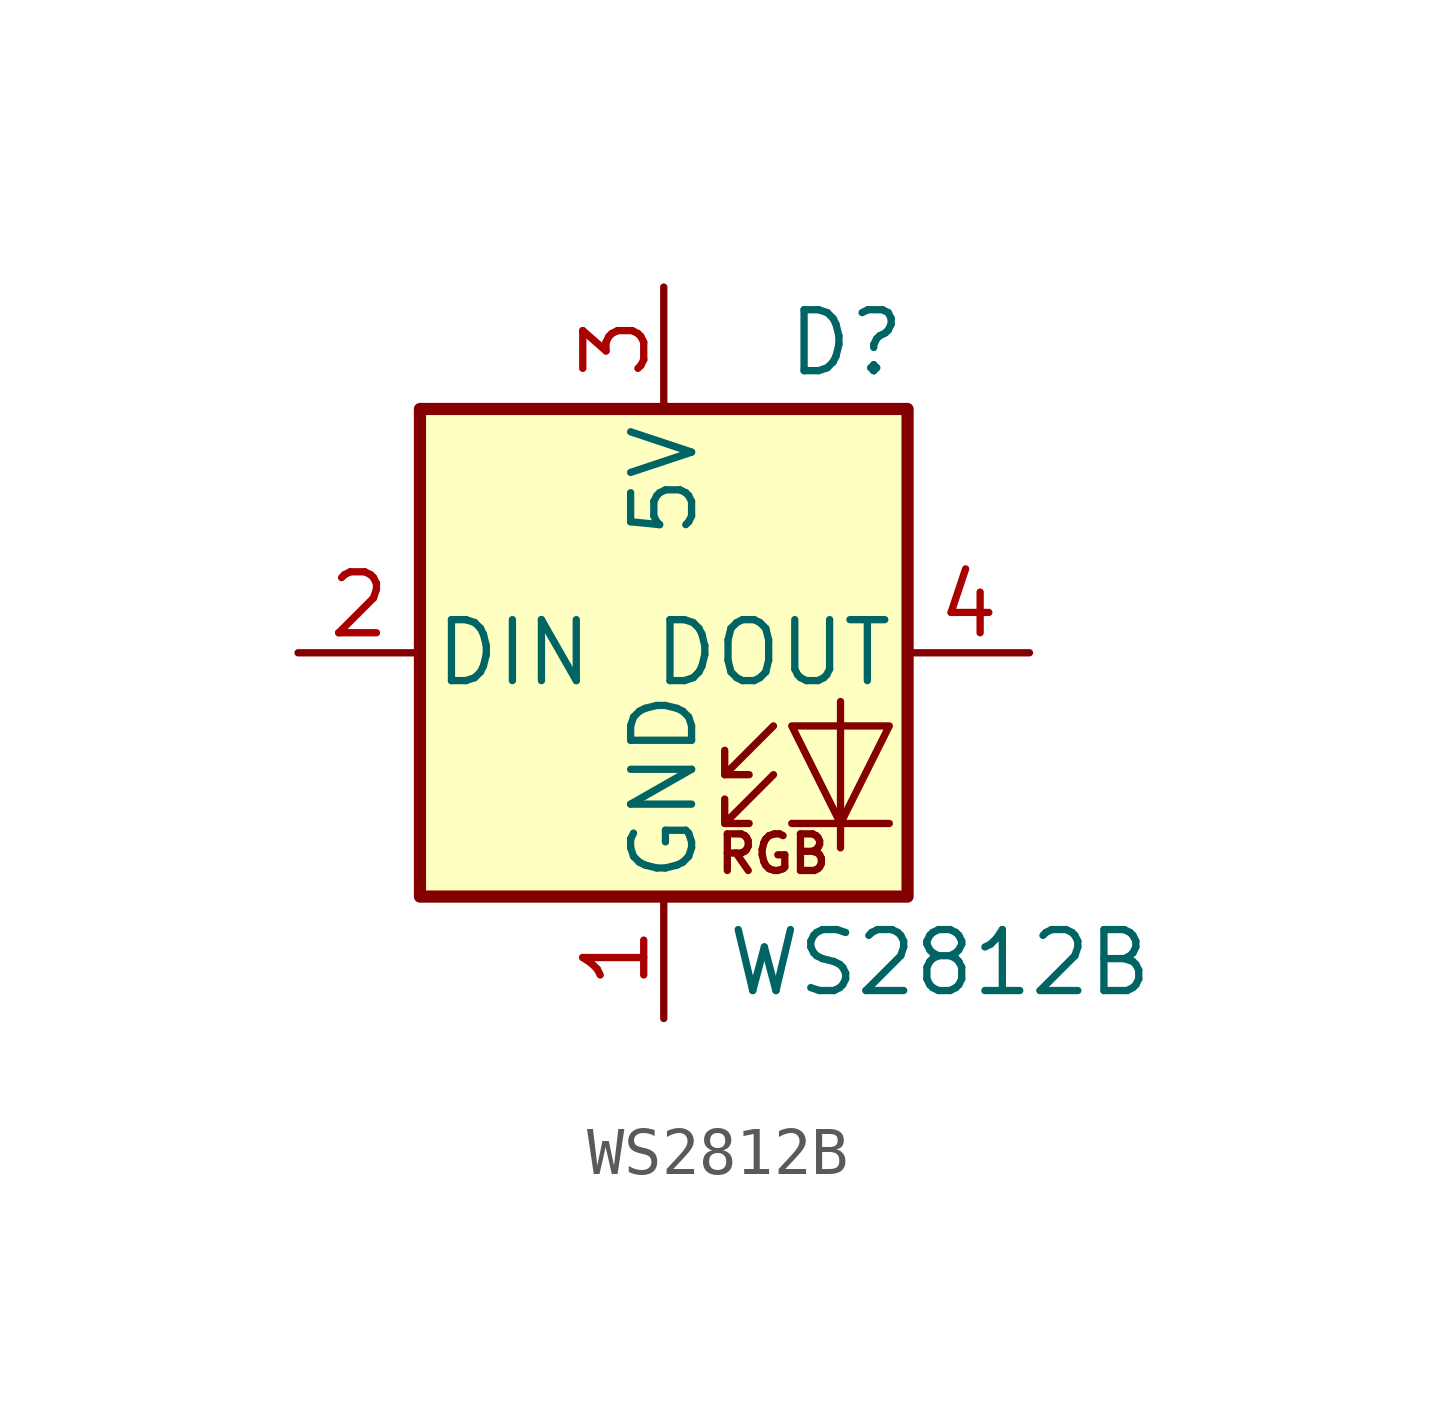
<source format=kicad_sym>
(kicad_symbol_lib
  (version 20241209)
  (generator "kicad_symbol_editor")
  (generator_version "9.0")
  (symbol "WS2812B"
    (pin_names
      (offset 0.254))
    (property "Reference" "D"
      (at 5.08 5.715 0)
      (effects (font (size 1.27 1.27)) (justify right bottom)))
    (property "Value" "WS2812B"
      (at 1.27 -5.715 0)
      (effects (font (size 1.27 1.27)) (justify left top)))
    (symbol "WS2812B_0_0"
      (text "RGB" (at 2.286 -4.191 0) (effects (font (size 0.762 0.762)))))
    (symbol "WS2812B_0_1"
      (rectangle (start -5.08 5.08) (end 5.08 -5.08) (stroke (width 0.254) (type default)) (fill (type background)))
      (polyline (pts (xy 1.27 -2.54) (xy 1.778 -2.54)) (stroke (width 0) (type default)) (fill (type none)))
      (polyline (pts (xy 1.27 -3.556) (xy 1.778 -3.556)) (stroke (width 0) (type default)) (fill (type none)))
      (polyline (pts (xy 2.286 -1.524) (xy 1.27 -2.54) (xy 1.27 -2.032)) (stroke (width 0) (type default)) (fill (type none)))
      (polyline (pts (xy 2.286 -2.54) (xy 1.27 -3.556) (xy 1.27 -3.048)) (stroke (width 0) (type default)) (fill (type none)))
      (polyline (pts (xy 3.683 -1.016) (xy 3.683 -3.556) (xy 3.683 -4.064)) (stroke (width 0) (type default)) (fill (type none)))
      (polyline (pts (xy 4.699 -1.524) (xy 2.667 -1.524) (xy 3.683 -3.556) (xy 4.699 -1.524)) (stroke (width 0) (type default)) (fill (type none)))
      (polyline (pts (xy 4.699 -3.556) (xy 2.667 -3.556)) (stroke (width 0) (type default)) (fill (type none))))
    (symbol "WS2812B_1_1"
      (pin input line (at -7.62 0 0) (length 2.54) (name "DIN" (effects (font (size 1.27 1.27)))) (number "2" (effects (font (size 1.27 1.27)))))
      (pin power_in line (at 0 7.62 270) (length 2.54) (name "5V" (effects (font (size 1.27 1.27)))) (number "3" (effects (font (size 1.27 1.27)))))
      (pin power_in line (at 0 -7.62 90) (length 2.54) (name "GND" (effects (font (size 1.27 1.27)))) (number "1" (effects (font (size 1.27 1.27)))))
      (pin output line (at 7.62 0 180) (length 2.54) (name "DOUT" (effects (font (size 1.27 1.27)))) (number "4" (effects (font (size 1.27 1.27))))))))
</source>
